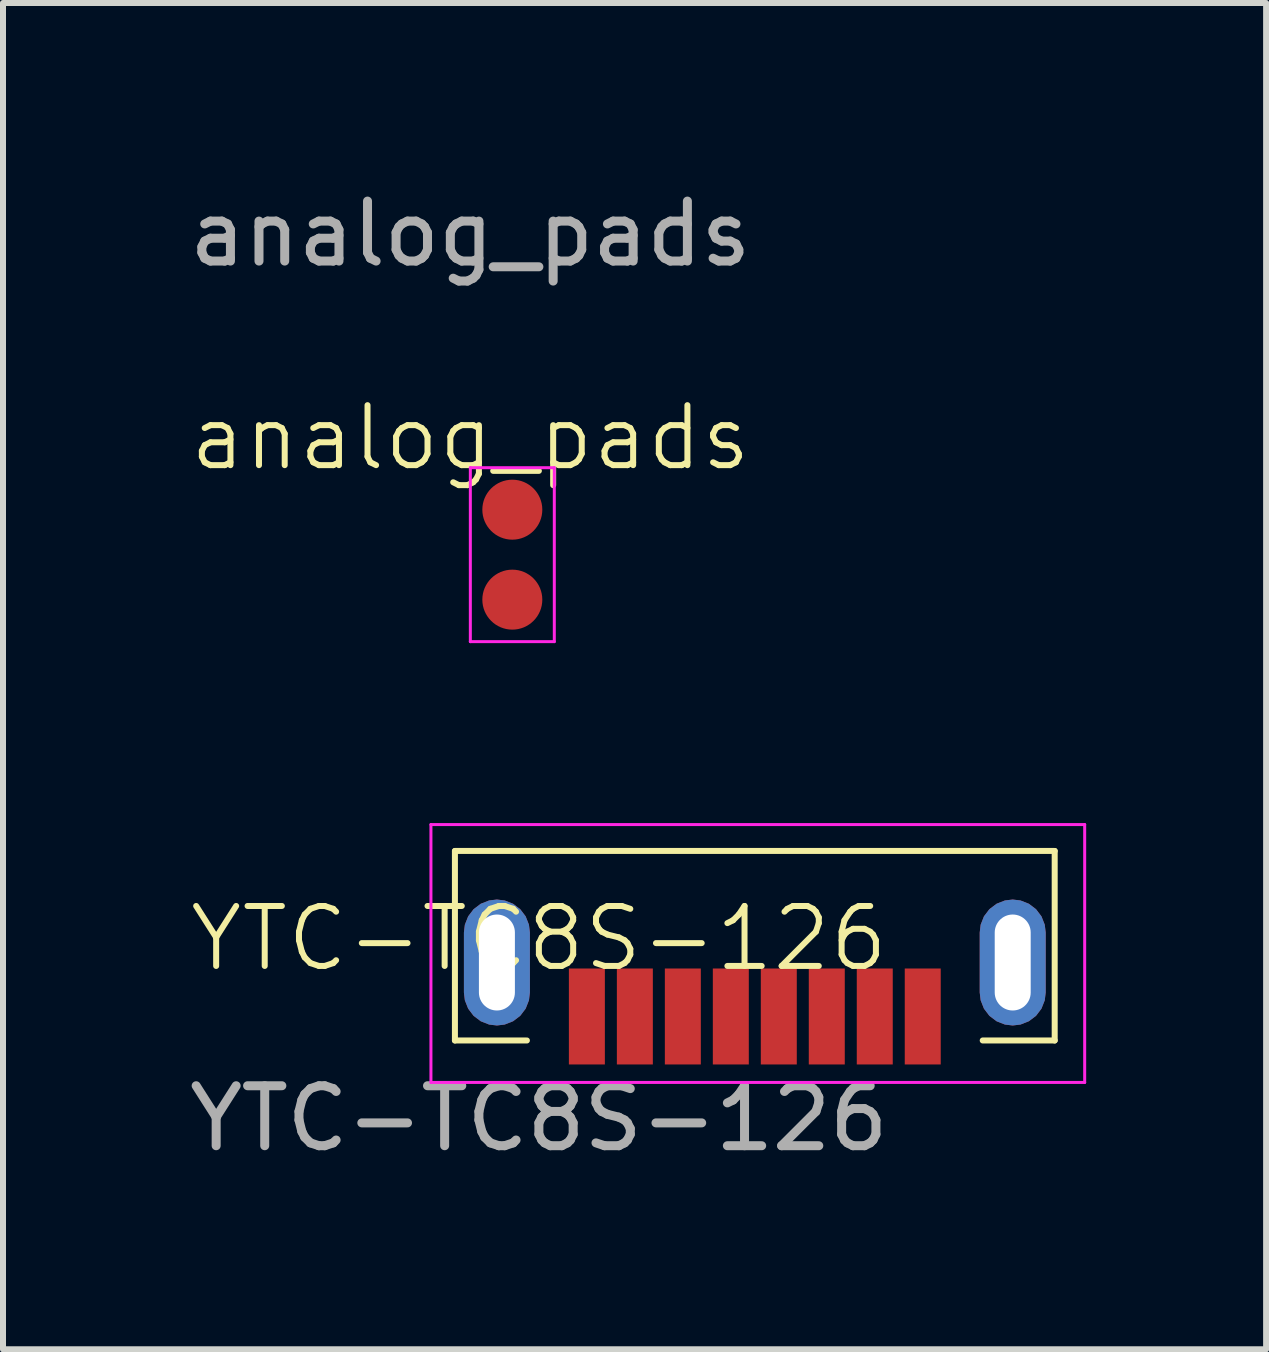
<source format=kicad_pcb>
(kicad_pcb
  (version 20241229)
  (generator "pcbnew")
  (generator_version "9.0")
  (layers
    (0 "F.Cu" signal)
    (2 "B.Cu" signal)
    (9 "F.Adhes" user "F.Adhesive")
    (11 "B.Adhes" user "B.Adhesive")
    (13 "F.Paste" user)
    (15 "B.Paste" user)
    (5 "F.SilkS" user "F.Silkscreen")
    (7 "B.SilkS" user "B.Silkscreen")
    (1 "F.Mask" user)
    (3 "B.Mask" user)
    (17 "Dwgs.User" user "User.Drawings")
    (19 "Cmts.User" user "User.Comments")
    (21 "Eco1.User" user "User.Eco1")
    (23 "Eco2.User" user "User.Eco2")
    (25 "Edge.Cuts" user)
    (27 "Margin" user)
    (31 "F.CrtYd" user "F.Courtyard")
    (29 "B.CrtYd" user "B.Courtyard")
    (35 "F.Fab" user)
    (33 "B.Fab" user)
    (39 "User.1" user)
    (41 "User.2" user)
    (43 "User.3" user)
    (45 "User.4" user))
  (footprint "analog_pads"
    (layer "F.Cu")
    (at 4.792 4.748)
    (property "Reference" "analog_pads" (at 0 -0.5 0) (unlocked yes) (layer "F.SilkS") (effects (font (size 1 1) (thickness 0.1))))
    (attr smd)
    (fp_line (start 0 0) (end 0 2.9) (stroke (width 0.05) (type default)) (layer "F.CrtYd"))
    (fp_line (start 0 2.9) (end 1.4 2.9) (stroke (width 0.05) (type default)) (layer "F.CrtYd"))
    (fp_line (start 1.4 0) (end 0 0) (stroke (width 0.05) (type default)) (layer "F.CrtYd"))
    (fp_line (start 1.4 2.9) (end 1.4 0) (stroke (width 0.05) (type default)) (layer "F.CrtYd"))
    (fp_text user "${REFERENCE}" (at 0 -3.9 0) (unlocked yes) (layer "F.Fab") (effects (font (size 1 1) (thickness 0.15))))
    (pad "1" smd circle (at 0.7 2.2) (size 1 1) (layers "F.Cu" "F.Mask" "F.Paste"))
    (pad "2" smd circle (at 0.7 0.7) (size 1 1) (layers "F.Cu" "F.Mask" "F.Paste")))
  (footprint "YTC-TC8S-126"
    (layer "F.Cu")
    (at 5.935 13.098)
    (property "Reference" "YTC-TC8S-126" (at 0 -0.5 0) (unlocked yes) (layer "F.SilkS") (effects (font (size 1 1) (thickness 0.1))))
    (attr smd)
    (fp_line (start -1.4 -1.96) (end -1.4 1.2) (stroke (width 0.1) (type solid)) (layer "F.SilkS"))
    (fp_line (start -0.2 1.2) (end -1.4 1.2) (stroke (width 0.1) (type default)) (layer "F.SilkS"))
    (fp_line (start 8.6 -1.96) (end -1.4 -1.96) (stroke (width 0.1) (type default)) (layer "F.SilkS"))
    (fp_line (start 8.6 -1.96) (end 8.6 1.2) (stroke (width 0.1) (type solid)) (layer "F.SilkS"))
    (fp_line (start 8.6 1.2) (end 7.4 1.2) (stroke (width 0.1) (type default)) (layer "F.SilkS"))
    (fp_line (start -1.8 -2.4) (end -1.8 1.9) (stroke (width 0.05) (type default)) (layer "F.CrtYd"))
    (fp_line (start -1.8 1.9) (end 9.1 1.9) (stroke (width 0.05) (type default)) (layer "F.CrtYd"))
    (fp_line (start 9.1 -2.4) (end -1.8 -2.4) (stroke (width 0.05) (type default)) (layer "F.CrtYd"))
    (fp_line (start 9.1 1.9) (end 9.1 -2.4) (stroke (width 0.05) (type default)) (layer "F.CrtYd"))
    (fp_text user "${REFERENCE}" (at 0 2.5 0) (unlocked yes) (layer "F.Fab") (effects (font (size 1 1) (thickness 0.15))))
    (pad "2" thru_hole roundrect (at -0.7 -0.1 90) (size 2.1 1.1) (drill oval 1.6 0.6) (layers "*.Cu" "*.Mask") (roundrect_rratio 0.5))
    (pad "2" thru_hole roundrect (at 7.9 -0.1 90) (size 2.1 1.1) (drill oval 1.6 0.6) (layers "*.Cu" "*.Mask") (roundrect_rratio 0.5))
    (pad "A5" smd rect (at 2.4 0.8 90) (size 1.6 0.6) (layers "F.Cu" "F.Mask" "F.Paste"))
    (pad "A8" smd rect (at 4.8 0.8 90) (size 1.6 0.6) (layers "F.Cu" "F.Mask" "F.Paste"))
    (pad "A9" smd rect (at 5.6 0.8 90) (size 1.6 0.6) (layers "F.Cu" "F.Mask" "F.Paste"))
    (pad "A12" smd rect (at 6.4 0.8 90) (size 1.6 0.6) (layers "F.Cu" "F.Mask" "F.Paste"))
    (pad "B6" smd rect (at 4 0.8 90) (size 1.6 0.6) (layers "F.Cu" "F.Mask" "F.Paste"))
    (pad "B7" smd rect (at 3.2 0.8 90) (size 1.6 0.6) (layers "F.Cu" "F.Mask" "F.Paste"))
    (pad "B9" smd rect (at 1.6 0.8 90) (size 1.6 0.6) (layers "F.Cu" "F.Mask" "F.Paste"))
    (pad "B12" smd rect (at 0.8 0.8 90) (size 1.6 0.6) (layers "F.Cu" "F.Mask" "F.Paste")))
  (gr_rect
    (start -3 -3)
    (end 18.06 19.447)
    (stroke (width 0.1) (type default))
    (fill no)
    (layer "Edge.Cuts")))
</source>
